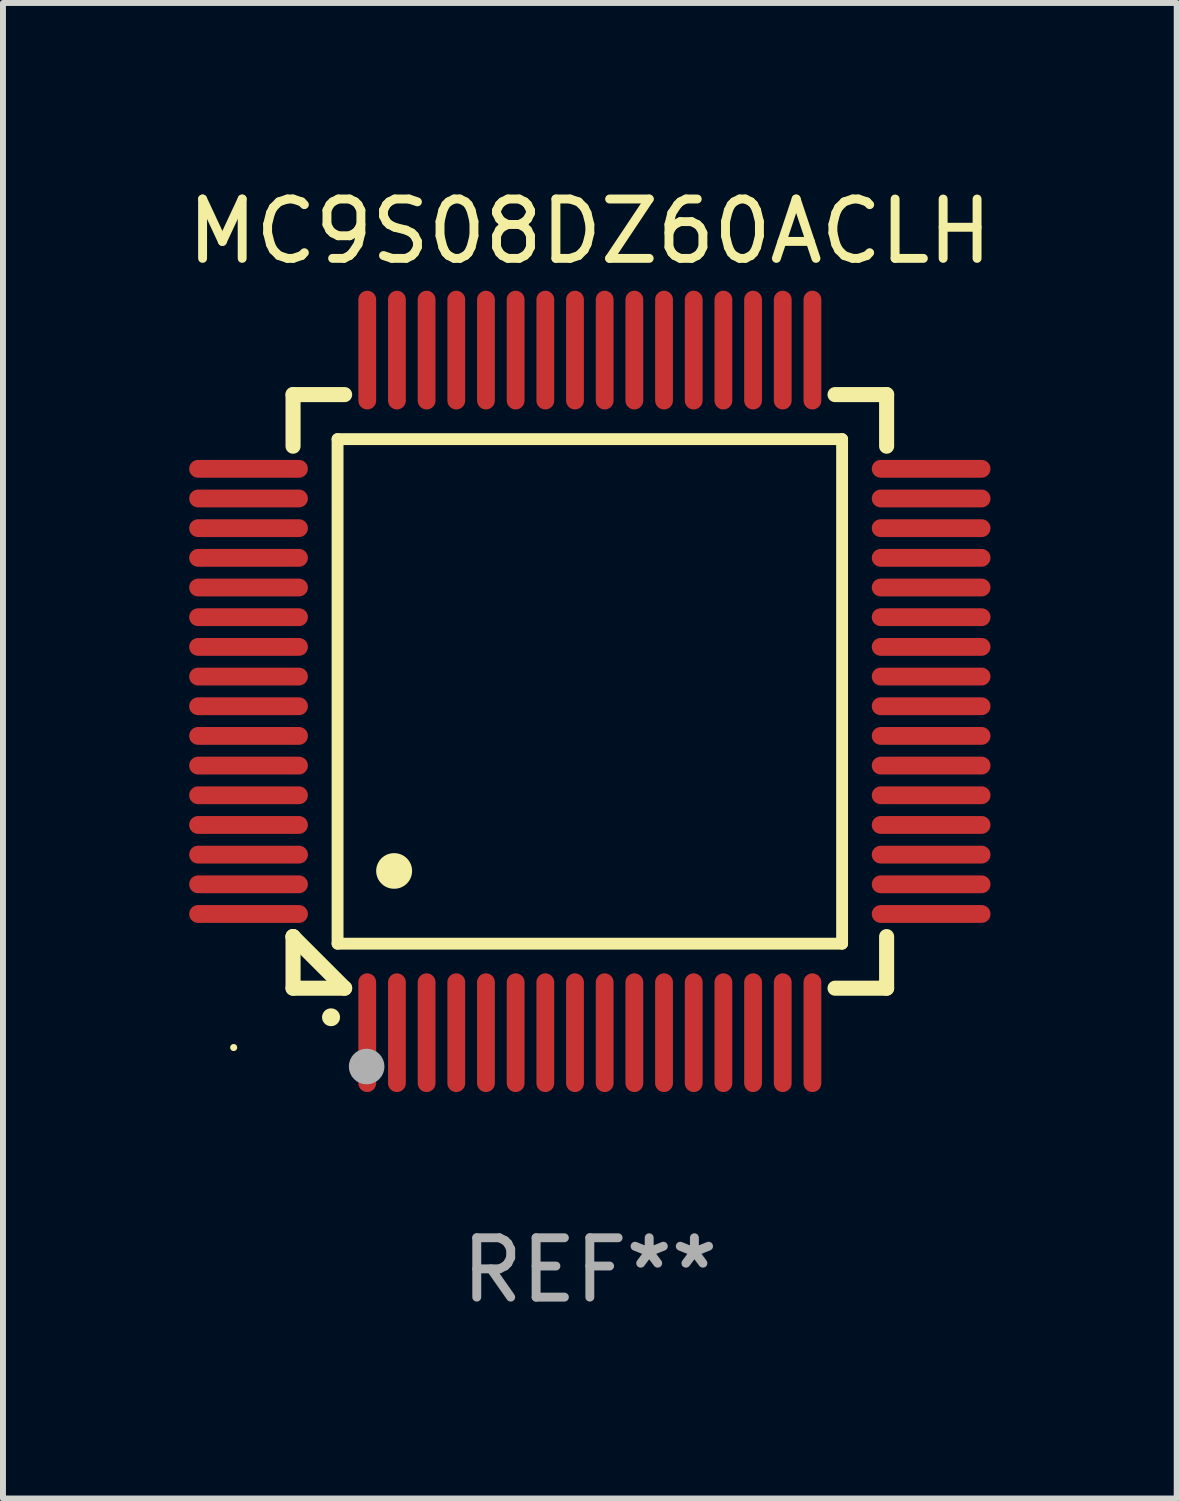
<source format=kicad_pcb>
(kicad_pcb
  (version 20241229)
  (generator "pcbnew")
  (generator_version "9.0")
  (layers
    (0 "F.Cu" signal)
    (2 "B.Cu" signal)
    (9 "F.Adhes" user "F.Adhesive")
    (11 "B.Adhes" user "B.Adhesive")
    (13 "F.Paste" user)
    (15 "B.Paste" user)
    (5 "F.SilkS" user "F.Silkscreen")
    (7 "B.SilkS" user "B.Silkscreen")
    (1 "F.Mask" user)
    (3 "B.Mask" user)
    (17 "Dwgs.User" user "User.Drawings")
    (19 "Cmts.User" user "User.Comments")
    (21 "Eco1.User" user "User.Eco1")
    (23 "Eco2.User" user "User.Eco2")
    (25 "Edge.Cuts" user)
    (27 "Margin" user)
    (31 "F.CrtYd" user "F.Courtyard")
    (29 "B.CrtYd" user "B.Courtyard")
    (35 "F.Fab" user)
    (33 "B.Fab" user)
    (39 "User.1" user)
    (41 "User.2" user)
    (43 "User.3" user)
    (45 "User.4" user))
  (footprint "MC9S08DZ60ACLH"
    (layer "F.Cu")
    (at 6.887 8.598)
    (property "Reference" "MC9S08DZ60ACLH" (at 0 -7.75 0) (layer "F.SilkS") (effects (font (size 1 1) (thickness 0.15))))
    (attr through_hole)
    (fp_line (start -5 -5) (end -4.131 -5) (stroke (width 0.254) (type solid)) (layer "F.SilkS"))
    (fp_line (start -5 -4.131) (end -5 -5) (stroke (width 0.254) (type solid)) (layer "F.SilkS"))
    (fp_line (start -5 4.131) (end -5 4.131) (stroke (width 0.254) (type solid)) (layer "F.SilkS"))
    (fp_line (start -5 5) (end -5 4.131) (stroke (width 0.254) (type solid)) (layer "F.SilkS"))
    (fp_line (start -5 4.131) (end -4.131 5) (stroke (width 0.254) (type solid)) (layer "F.SilkS"))
    (fp_line (start -4.25 -4.25) (end -4.25 4.25) (stroke (width 0.2) (type solid)) (layer "F.SilkS"))
    (fp_line (start -4.25 4.25) (end 4.25 4.25) (stroke (width 0.2) (type solid)) (layer "F.SilkS"))
    (fp_line (start -4.131 5) (end -5 5) (stroke (width 0.254) (type solid)) (layer "F.SilkS"))
    (fp_line (start 4.25 -4.25) (end -4.25 -4.25) (stroke (width 0.2) (type solid)) (layer "F.SilkS"))
    (fp_line (start 4.25 4.25) (end 4.25 -4.25) (stroke (width 0.2) (type solid)) (layer "F.SilkS"))
    (fp_line (start 5 -5) (end 4.131 -5) (stroke (width 0.254) (type solid)) (layer "F.SilkS"))
    (fp_line (start 5 -5) (end 5 -4.131) (stroke (width 0.254) (type solid)) (layer "F.SilkS"))
    (fp_line (start 5 4.131) (end 5 5) (stroke (width 0.254) (type solid)) (layer "F.SilkS"))
    (fp_line (start 5 5) (end 4.131 5) (stroke (width 0.254) (type solid)) (layer "F.SilkS"))
    (fp_arc (start -4.361265 5.489992) (mid -4.359995 5.489987) (end -4.358725 5.489992) (stroke (width 0.3) (type solid)) (layer "F.SilkS"))
    (fp_arc (start -3.299467 3.025146) (mid -3.296927 3.025135) (end -3.294387 3.025146) (stroke (width 0.6) (type solid)) (layer "F.SilkS"))
    (fp_circle (center -6 6) (end -5.97 6) (stroke (width 0.06) (type solid)) (fill no) (layer "F.SilkS"))
    (fp_circle (center -3.76 6.32) (end -3.61 6.32) (stroke (width 0.3) (type solid)) (fill no) (layer "F.Fab"))
    (fp_text user "REF**" (at 0 9.75 0) (layer "F.Fab") (effects (font (size 1 1) (thickness 0.15))))
    (pad "1" smd oval (at -3.75 5.75) (size 0.3 2) (layers "F.Cu" "F.Mask" "F.Paste"))
    (pad "2" smd oval (at -3.25 5.75) (size 0.3 2) (layers "F.Cu" "F.Mask" "F.Paste"))
    (pad "3" smd oval (at -2.75 5.75) (size 0.3 2) (layers "F.Cu" "F.Mask" "F.Paste"))
    (pad "4" smd oval (at -2.25 5.75) (size 0.3 2) (layers "F.Cu" "F.Mask" "F.Paste"))
    (pad "5" smd oval (at -1.75 5.75) (size 0.3 2) (layers "F.Cu" "F.Mask" "F.Paste"))
    (pad "6" smd oval (at -1.25 5.75) (size 0.3 2) (layers "F.Cu" "F.Mask" "F.Paste"))
    (pad "7" smd oval (at -0.75 5.75) (size 0.3 2) (layers "F.Cu" "F.Mask" "F.Paste"))
    (pad "8" smd oval (at -0.25 5.75) (size 0.3 2) (layers "F.Cu" "F.Mask" "F.Paste"))
    (pad "9" smd oval (at 0.25 5.75) (size 0.3 2) (layers "F.Cu" "F.Mask" "F.Paste"))
    (pad "10" smd oval (at 0.75 5.75) (size 0.3 2) (layers "F.Cu" "F.Mask" "F.Paste"))
    (pad "11" smd oval (at 1.25 5.75) (size 0.3 2) (layers "F.Cu" "F.Mask" "F.Paste"))
    (pad "12" smd oval (at 1.75 5.75) (size 0.3 2) (layers "F.Cu" "F.Mask" "F.Paste"))
    (pad "13" smd oval (at 2.25 5.75) (size 0.3 2) (layers "F.Cu" "F.Mask" "F.Paste"))
    (pad "14" smd oval (at 2.75 5.75) (size 0.3 2) (layers "F.Cu" "F.Mask" "F.Paste"))
    (pad "15" smd oval (at 3.25 5.75) (size 0.3 2) (layers "F.Cu" "F.Mask" "F.Paste"))
    (pad "16" smd oval (at 3.75 5.75) (size 0.3 2) (layers "F.Cu" "F.Mask" "F.Paste"))
    (pad "17" smd oval (at 5.75 3.75) (size 2 0.3) (layers "F.Cu" "F.Mask" "F.Paste"))
    (pad "18" smd oval (at 5.75 3.25) (size 2 0.3) (layers "F.Cu" "F.Mask" "F.Paste"))
    (pad "19" smd oval (at 5.75 2.75) (size 2 0.3) (layers "F.Cu" "F.Mask" "F.Paste"))
    (pad "20" smd oval (at 5.75 2.25) (size 2 0.3) (layers "F.Cu" "F.Mask" "F.Paste"))
    (pad "21" smd oval (at 5.75 1.75) (size 2 0.3) (layers "F.Cu" "F.Mask" "F.Paste"))
    (pad "22" smd oval (at 5.75 1.25) (size 2 0.3) (layers "F.Cu" "F.Mask" "F.Paste"))
    (pad "23" smd oval (at 5.75 0.75) (size 2 0.3) (layers "F.Cu" "F.Mask" "F.Paste"))
    (pad "24" smd oval (at 5.75 0.25) (size 2 0.3) (layers "F.Cu" "F.Mask" "F.Paste"))
    (pad "25" smd oval (at 5.75 -0.25) (size 2 0.3) (layers "F.Cu" "F.Mask" "F.Paste"))
    (pad "26" smd oval (at 5.75 -0.75) (size 2 0.3) (layers "F.Cu" "F.Mask" "F.Paste"))
    (pad "27" smd oval (at 5.75 -1.25) (size 2 0.3) (layers "F.Cu" "F.Mask" "F.Paste"))
    (pad "28" smd oval (at 5.75 -1.75) (size 2 0.3) (layers "F.Cu" "F.Mask" "F.Paste"))
    (pad "29" smd oval (at 5.75 -2.25) (size 2 0.3) (layers "F.Cu" "F.Mask" "F.Paste"))
    (pad "30" smd oval (at 5.75 -2.75) (size 2 0.3) (layers "F.Cu" "F.Mask" "F.Paste"))
    (pad "31" smd oval (at 5.75 -3.25) (size 2 0.3) (layers "F.Cu" "F.Mask" "F.Paste"))
    (pad "32" smd oval (at 5.75 -3.75) (size 2 0.3) (layers "F.Cu" "F.Mask" "F.Paste"))
    (pad "33" smd oval (at 3.75 -5.75) (size 0.3 2) (layers "F.Cu" "F.Mask" "F.Paste"))
    (pad "34" smd oval (at 3.25 -5.75) (size 0.3 2) (layers "F.Cu" "F.Mask" "F.Paste"))
    (pad "35" smd oval (at 2.75 -5.75) (size 0.3 2) (layers "F.Cu" "F.Mask" "F.Paste"))
    (pad "36" smd oval (at 2.25 -5.75) (size 0.3 2) (layers "F.Cu" "F.Mask" "F.Paste"))
    (pad "37" smd oval (at 1.75 -5.75) (size 0.3 2) (layers "F.Cu" "F.Mask" "F.Paste"))
    (pad "38" smd oval (at 1.25 -5.75) (size 0.3 2) (layers "F.Cu" "F.Mask" "F.Paste"))
    (pad "39" smd oval (at 0.75 -5.75) (size 0.3 2) (layers "F.Cu" "F.Mask" "F.Paste"))
    (pad "40" smd oval (at 0.25 -5.75) (size 0.3 2) (layers "F.Cu" "F.Mask" "F.Paste"))
    (pad "41" smd oval (at -0.25 -5.75) (size 0.3 2) (layers "F.Cu" "F.Mask" "F.Paste"))
    (pad "42" smd oval (at -0.75 -5.75) (size 0.3 2) (layers "F.Cu" "F.Mask" "F.Paste"))
    (pad "43" smd oval (at -1.25 -5.75) (size 0.3 2) (layers "F.Cu" "F.Mask" "F.Paste"))
    (pad "44" smd oval (at -1.75 -5.75) (size 0.3 2) (layers "F.Cu" "F.Mask" "F.Paste"))
    (pad "45" smd oval (at -2.25 -5.75) (size 0.3 2) (layers "F.Cu" "F.Mask" "F.Paste"))
    (pad "46" smd oval (at -2.75 -5.75) (size 0.3 2) (layers "F.Cu" "F.Mask" "F.Paste"))
    (pad "47" smd oval (at -3.25 -5.75) (size 0.3 2) (layers "F.Cu" "F.Mask" "F.Paste"))
    (pad "48" smd oval (at -3.75 -5.75) (size 0.3 2) (layers "F.Cu" "F.Mask" "F.Paste"))
    (pad "49" smd oval (at -5.75 -3.75) (size 2 0.3) (layers "F.Cu" "F.Mask" "F.Paste"))
    (pad "50" smd oval (at -5.75 -3.25) (size 2 0.3) (layers "F.Cu" "F.Mask" "F.Paste"))
    (pad "51" smd oval (at -5.75 -2.75) (size 2 0.3) (layers "F.Cu" "F.Mask" "F.Paste"))
    (pad "52" smd oval (at -5.75 -2.25) (size 2 0.3) (layers "F.Cu" "F.Mask" "F.Paste"))
    (pad "53" smd oval (at -5.75 -1.75) (size 2 0.3) (layers "F.Cu" "F.Mask" "F.Paste"))
    (pad "54" smd oval (at -5.75 -1.25) (size 2 0.3) (layers "F.Cu" "F.Mask" "F.Paste"))
    (pad "55" smd oval (at -5.75 -0.75) (size 2 0.3) (layers "F.Cu" "F.Mask" "F.Paste"))
    (pad "56" smd oval (at -5.75 -0.25) (size 2 0.3) (layers "F.Cu" "F.Mask" "F.Paste"))
    (pad "57" smd oval (at -5.75 0.25) (size 2 0.3) (layers "F.Cu" "F.Mask" "F.Paste"))
    (pad "58" smd oval (at -5.75 0.75) (size 2 0.3) (layers "F.Cu" "F.Mask" "F.Paste"))
    (pad "59" smd oval (at -5.75 1.25) (size 2 0.3) (layers "F.Cu" "F.Mask" "F.Paste"))
    (pad "60" smd oval (at -5.75 1.75) (size 2 0.3) (layers "F.Cu" "F.Mask" "F.Paste"))
    (pad "61" smd oval (at -5.75 2.25) (size 2 0.3) (layers "F.Cu" "F.Mask" "F.Paste"))
    (pad "62" smd oval (at -5.75 2.75) (size 2 0.3) (layers "F.Cu" "F.Mask" "F.Paste"))
    (pad "63" smd oval (at -5.75 3.25) (size 2 0.3) (layers "F.Cu" "F.Mask" "F.Paste"))
    (pad "64" smd oval (at -5.75 3.75) (size 2 0.3) (layers "F.Cu" "F.Mask" "F.Paste")))
  (gr_rect
    (start -3 -3)
    (end 16.774 22.196)
    (stroke (width 0.1) (type default))
    (fill no)
    (layer "Edge.Cuts")))
</source>
